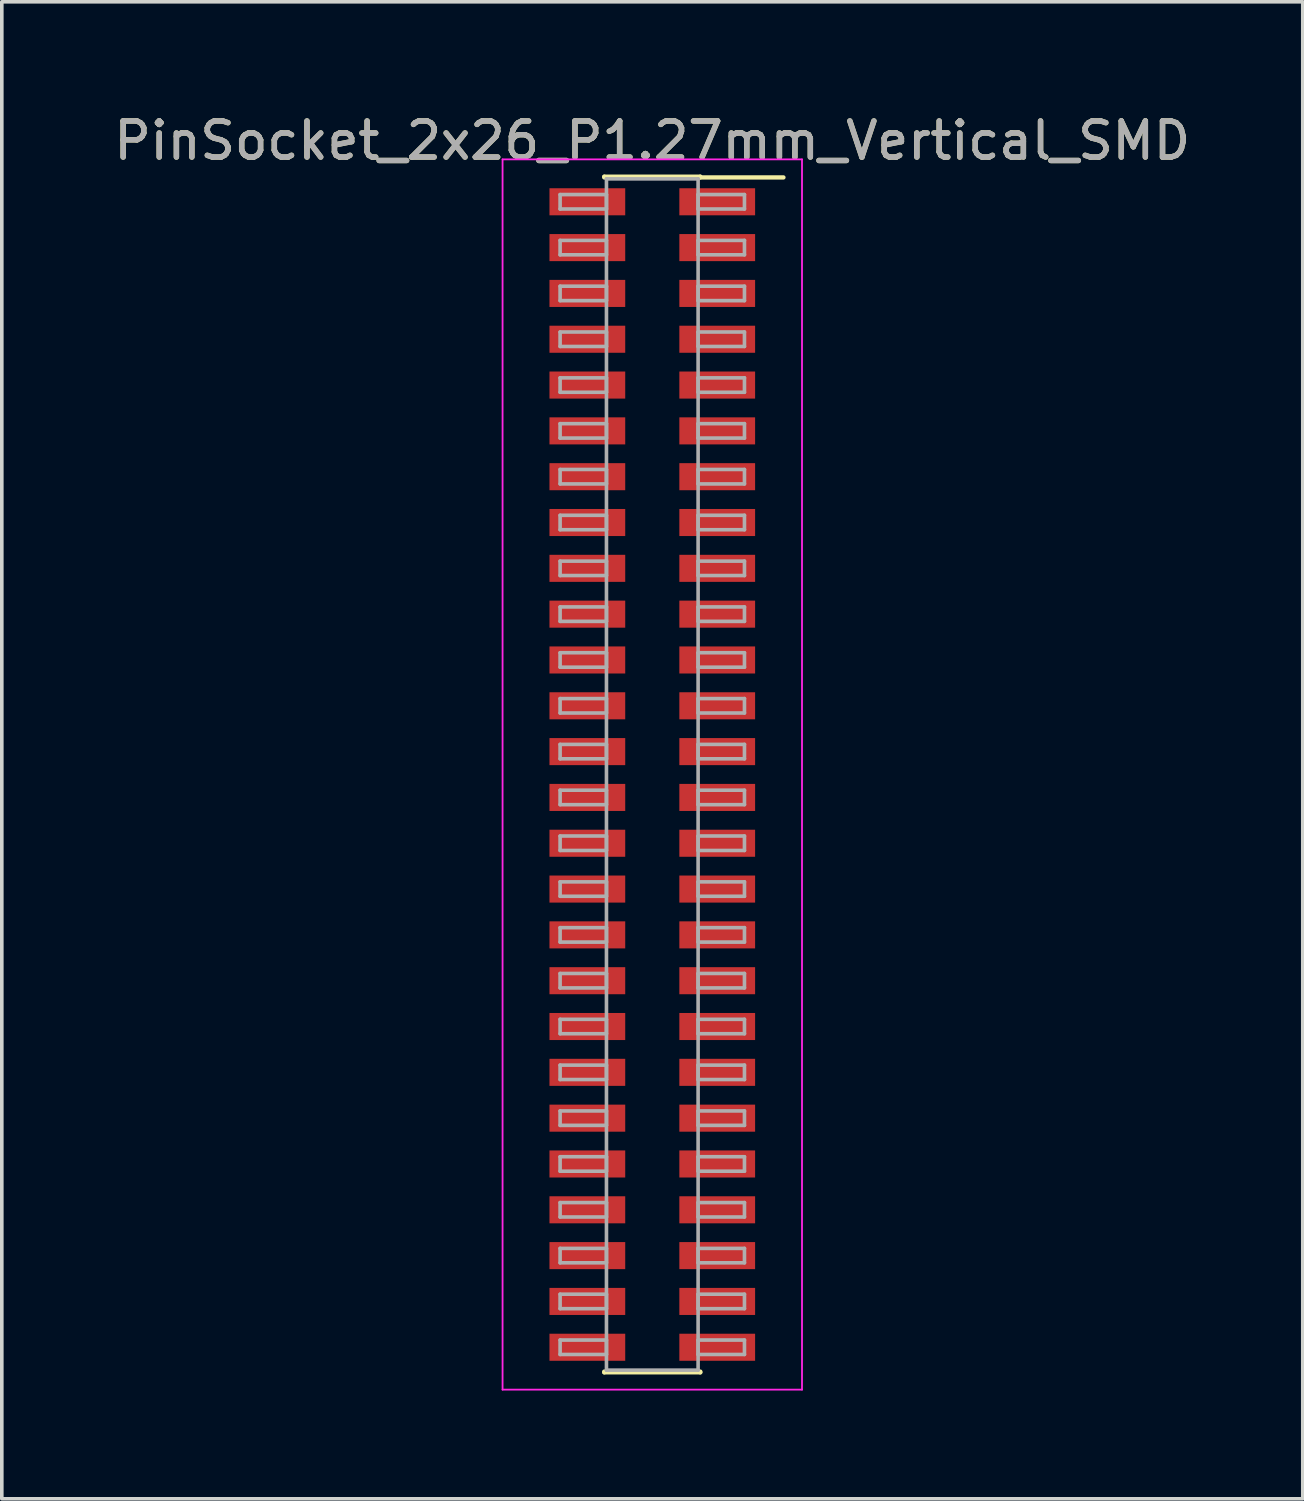
<source format=kicad_pcb>
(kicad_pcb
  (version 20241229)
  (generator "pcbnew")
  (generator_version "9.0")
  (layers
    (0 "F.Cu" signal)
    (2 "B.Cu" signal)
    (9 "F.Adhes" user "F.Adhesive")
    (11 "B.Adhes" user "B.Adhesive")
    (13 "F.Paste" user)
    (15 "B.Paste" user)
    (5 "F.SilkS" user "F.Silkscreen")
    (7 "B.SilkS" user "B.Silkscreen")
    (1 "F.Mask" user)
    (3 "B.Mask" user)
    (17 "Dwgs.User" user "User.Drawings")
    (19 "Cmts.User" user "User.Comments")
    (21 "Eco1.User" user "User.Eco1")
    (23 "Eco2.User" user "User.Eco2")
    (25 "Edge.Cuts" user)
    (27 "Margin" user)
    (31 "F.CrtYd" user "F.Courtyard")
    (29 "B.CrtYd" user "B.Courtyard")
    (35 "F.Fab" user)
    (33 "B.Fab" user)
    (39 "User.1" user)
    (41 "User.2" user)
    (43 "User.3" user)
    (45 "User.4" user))
  (footprint "PinSocket_2x26_P1.27mm_Vertical_SMD"
    (layer "F.Cu")
    (at 15.03 18.418)
    (property "Reference" "PinSocket_2x26_P1.27mm_Vertical_SMD" (at 0 -17.57 0) (layer "F.SilkS") (effects (font (size 1 1) (thickness 0.15))))
    (attr smd)
    (fp_line (start -1.33 -16.57) (end 1.33 -16.57) (stroke (width 0.12) (type solid)) (layer "F.SilkS"))
    (fp_line (start -1.33 -16.55) (end -1.33 -16.57) (stroke (width 0.12) (type solid)) (layer "F.SilkS"))
    (fp_line (start -1.33 16.55) (end -1.33 16.57) (stroke (width 0.12) (type solid)) (layer "F.SilkS"))
    (fp_line (start -1.33 16.57) (end 1.33 16.57) (stroke (width 0.12) (type solid)) (layer "F.SilkS"))
    (fp_line (start 1.33 -16.57) (end 1.33 -16.55) (stroke (width 0.12) (type solid)) (layer "F.SilkS"))
    (fp_line (start 1.33 16.57) (end 1.33 16.55) (stroke (width 0.12) (type solid)) (layer "F.SilkS"))
    (fp_line (start 3.635 -16.55) (end 1.33 -16.55) (stroke (width 0.12) (type solid)) (layer "F.SilkS"))
    (fp_line (start -4.15 -17.05) (end -4.15 17.05) (stroke (width 0.05) (type solid)) (layer "F.CrtYd"))
    (fp_line (start -4.15 17.05) (end 4.15 17.05) (stroke (width 0.05) (type solid)) (layer "F.CrtYd"))
    (fp_line (start 4.15 -17.05) (end -4.15 -17.05) (stroke (width 0.05) (type solid)) (layer "F.CrtYd"))
    (fp_line (start 4.15 17.05) (end 4.15 -17.05) (stroke (width 0.05) (type solid)) (layer "F.CrtYd"))
    (fp_line (start -2.555 -16.075) (end -1.27 -16.075) (stroke (width 0.1) (type solid)) (layer "F.Fab"))
    (fp_line (start -2.555 -15.675) (end -2.555 -16.075) (stroke (width 0.1) (type solid)) (layer "F.Fab"))
    (fp_line (start -2.555 -14.805) (end -1.27 -14.805) (stroke (width 0.1) (type solid)) (layer "F.Fab"))
    (fp_line (start -2.555 -14.405) (end -2.555 -14.805) (stroke (width 0.1) (type solid)) (layer "F.Fab"))
    (fp_line (start -2.555 -13.535) (end -1.27 -13.535) (stroke (width 0.1) (type solid)) (layer "F.Fab"))
    (fp_line (start -2.555 -13.135) (end -2.555 -13.535) (stroke (width 0.1) (type solid)) (layer "F.Fab"))
    (fp_line (start -2.555 -12.265) (end -1.27 -12.265) (stroke (width 0.1) (type solid)) (layer "F.Fab"))
    (fp_line (start -2.555 -11.865) (end -2.555 -12.265) (stroke (width 0.1) (type solid)) (layer "F.Fab"))
    (fp_line (start -2.555 -10.995) (end -1.27 -10.995) (stroke (width 0.1) (type solid)) (layer "F.Fab"))
    (fp_line (start -2.555 -10.595) (end -2.555 -10.995) (stroke (width 0.1) (type solid)) (layer "F.Fab"))
    (fp_line (start -2.555 -9.725) (end -1.27 -9.725) (stroke (width 0.1) (type solid)) (layer "F.Fab"))
    (fp_line (start -2.555 -9.325) (end -2.555 -9.725) (stroke (width 0.1) (type solid)) (layer "F.Fab"))
    (fp_line (start -2.555 -8.455) (end -1.27 -8.455) (stroke (width 0.1) (type solid)) (layer "F.Fab"))
    (fp_line (start -2.555 -8.055) (end -2.555 -8.455) (stroke (width 0.1) (type solid)) (layer "F.Fab"))
    (fp_line (start -2.555 -7.185) (end -1.27 -7.185) (stroke (width 0.1) (type solid)) (layer "F.Fab"))
    (fp_line (start -2.555 -6.785) (end -2.555 -7.185) (stroke (width 0.1) (type solid)) (layer "F.Fab"))
    (fp_line (start -2.555 -5.915) (end -1.27 -5.915) (stroke (width 0.1) (type solid)) (layer "F.Fab"))
    (fp_line (start -2.555 -5.515) (end -2.555 -5.915) (stroke (width 0.1) (type solid)) (layer "F.Fab"))
    (fp_line (start -2.555 -4.645) (end -1.27 -4.645) (stroke (width 0.1) (type solid)) (layer "F.Fab"))
    (fp_line (start -2.555 -4.245) (end -2.555 -4.645) (stroke (width 0.1) (type solid)) (layer "F.Fab"))
    (fp_line (start -2.555 -3.375) (end -1.27 -3.375) (stroke (width 0.1) (type solid)) (layer "F.Fab"))
    (fp_line (start -2.555 -2.975) (end -2.555 -3.375) (stroke (width 0.1) (type solid)) (layer "F.Fab"))
    (fp_line (start -2.555 -2.105) (end -1.27 -2.105) (stroke (width 0.1) (type solid)) (layer "F.Fab"))
    (fp_line (start -2.555 -1.705) (end -2.555 -2.105) (stroke (width 0.1) (type solid)) (layer "F.Fab"))
    (fp_line (start -2.555 -0.835) (end -1.27 -0.835) (stroke (width 0.1) (type solid)) (layer "F.Fab"))
    (fp_line (start -2.555 -0.435) (end -2.555 -0.835) (stroke (width 0.1) (type solid)) (layer "F.Fab"))
    (fp_line (start -2.555 0.435) (end -1.27 0.435) (stroke (width 0.1) (type solid)) (layer "F.Fab"))
    (fp_line (start -2.555 0.835) (end -2.555 0.435) (stroke (width 0.1) (type solid)) (layer "F.Fab"))
    (fp_line (start -2.555 1.705) (end -1.27 1.705) (stroke (width 0.1) (type solid)) (layer "F.Fab"))
    (fp_line (start -2.555 2.105) (end -2.555 1.705) (stroke (width 0.1) (type solid)) (layer "F.Fab"))
    (fp_line (start -2.555 2.975) (end -1.27 2.975) (stroke (width 0.1) (type solid)) (layer "F.Fab"))
    (fp_line (start -2.555 3.375) (end -2.555 2.975) (stroke (width 0.1) (type solid)) (layer "F.Fab"))
    (fp_line (start -2.555 4.245) (end -1.27 4.245) (stroke (width 0.1) (type solid)) (layer "F.Fab"))
    (fp_line (start -2.555 4.645) (end -2.555 4.245) (stroke (width 0.1) (type solid)) (layer "F.Fab"))
    (fp_line (start -2.555 5.515) (end -1.27 5.515) (stroke (width 0.1) (type solid)) (layer "F.Fab"))
    (fp_line (start -2.555 5.915) (end -2.555 5.515) (stroke (width 0.1) (type solid)) (layer "F.Fab"))
    (fp_line (start -2.555 6.785) (end -1.27 6.785) (stroke (width 0.1) (type solid)) (layer "F.Fab"))
    (fp_line (start -2.555 7.185) (end -2.555 6.785) (stroke (width 0.1) (type solid)) (layer "F.Fab"))
    (fp_line (start -2.555 8.055) (end -1.27 8.055) (stroke (width 0.1) (type solid)) (layer "F.Fab"))
    (fp_line (start -2.555 8.455) (end -2.555 8.055) (stroke (width 0.1) (type solid)) (layer "F.Fab"))
    (fp_line (start -2.555 9.325) (end -1.27 9.325) (stroke (width 0.1) (type solid)) (layer "F.Fab"))
    (fp_line (start -2.555 9.725) (end -2.555 9.325) (stroke (width 0.1) (type solid)) (layer "F.Fab"))
    (fp_line (start -2.555 10.595) (end -1.27 10.595) (stroke (width 0.1) (type solid)) (layer "F.Fab"))
    (fp_line (start -2.555 10.995) (end -2.555 10.595) (stroke (width 0.1) (type solid)) (layer "F.Fab"))
    (fp_line (start -2.555 11.865) (end -1.27 11.865) (stroke (width 0.1) (type solid)) (layer "F.Fab"))
    (fp_line (start -2.555 12.265) (end -2.555 11.865) (stroke (width 0.1) (type solid)) (layer "F.Fab"))
    (fp_line (start -2.555 13.135) (end -1.27 13.135) (stroke (width 0.1) (type solid)) (layer "F.Fab"))
    (fp_line (start -2.555 13.535) (end -2.555 13.135) (stroke (width 0.1) (type solid)) (layer "F.Fab"))
    (fp_line (start -2.555 14.405) (end -1.27 14.405) (stroke (width 0.1) (type solid)) (layer "F.Fab"))
    (fp_line (start -2.555 14.805) (end -2.555 14.405) (stroke (width 0.1) (type solid)) (layer "F.Fab"))
    (fp_line (start -2.555 15.675) (end -1.27 15.675) (stroke (width 0.1) (type solid)) (layer "F.Fab"))
    (fp_line (start -2.555 16.075) (end -2.555 15.675) (stroke (width 0.1) (type solid)) (layer "F.Fab"))
    (fp_line (start -1.27 -16.51) (end -1.27 16.51) (stroke (width 0.1) (type solid)) (layer "F.Fab"))
    (fp_line (start -1.27 -16.075) (end -1.27 -15.675) (stroke (width 0.1) (type solid)) (layer "F.Fab"))
    (fp_line (start -1.27 -15.675) (end -2.555 -15.675) (stroke (width 0.1) (type solid)) (layer "F.Fab"))
    (fp_line (start -1.27 -14.805) (end -1.27 -14.405) (stroke (width 0.1) (type solid)) (layer "F.Fab"))
    (fp_line (start -1.27 -14.405) (end -2.555 -14.405) (stroke (width 0.1) (type solid)) (layer "F.Fab"))
    (fp_line (start -1.27 -13.535) (end -1.27 -13.135) (stroke (width 0.1) (type solid)) (layer "F.Fab"))
    (fp_line (start -1.27 -13.135) (end -2.555 -13.135) (stroke (width 0.1) (type solid)) (layer "F.Fab"))
    (fp_line (start -1.27 -12.265) (end -1.27 -11.865) (stroke (width 0.1) (type solid)) (layer "F.Fab"))
    (fp_line (start -1.27 -11.865) (end -2.555 -11.865) (stroke (width 0.1) (type solid)) (layer "F.Fab"))
    (fp_line (start -1.27 -10.995) (end -1.27 -10.595) (stroke (width 0.1) (type solid)) (layer "F.Fab"))
    (fp_line (start -1.27 -10.595) (end -2.555 -10.595) (stroke (width 0.1) (type solid)) (layer "F.Fab"))
    (fp_line (start -1.27 -9.725) (end -1.27 -9.325) (stroke (width 0.1) (type solid)) (layer "F.Fab"))
    (fp_line (start -1.27 -9.325) (end -2.555 -9.325) (stroke (width 0.1) (type solid)) (layer "F.Fab"))
    (fp_line (start -1.27 -8.455) (end -1.27 -8.055) (stroke (width 0.1) (type solid)) (layer "F.Fab"))
    (fp_line (start -1.27 -8.055) (end -2.555 -8.055) (stroke (width 0.1) (type solid)) (layer "F.Fab"))
    (fp_line (start -1.27 -7.185) (end -1.27 -6.785) (stroke (width 0.1) (type solid)) (layer "F.Fab"))
    (fp_line (start -1.27 -6.785) (end -2.555 -6.785) (stroke (width 0.1) (type solid)) (layer "F.Fab"))
    (fp_line (start -1.27 -5.915) (end -1.27 -5.515) (stroke (width 0.1) (type solid)) (layer "F.Fab"))
    (fp_line (start -1.27 -5.515) (end -2.555 -5.515) (stroke (width 0.1) (type solid)) (layer "F.Fab"))
    (fp_line (start -1.27 -4.645) (end -1.27 -4.245) (stroke (width 0.1) (type solid)) (layer "F.Fab"))
    (fp_line (start -1.27 -4.245) (end -2.555 -4.245) (stroke (width 0.1) (type solid)) (layer "F.Fab"))
    (fp_line (start -1.27 -3.375) (end -1.27 -2.975) (stroke (width 0.1) (type solid)) (layer "F.Fab"))
    (fp_line (start -1.27 -2.975) (end -2.555 -2.975) (stroke (width 0.1) (type solid)) (layer "F.Fab"))
    (fp_line (start -1.27 -2.105) (end -1.27 -1.705) (stroke (width 0.1) (type solid)) (layer "F.Fab"))
    (fp_line (start -1.27 -1.705) (end -2.555 -1.705) (stroke (width 0.1) (type solid)) (layer "F.Fab"))
    (fp_line (start -1.27 -0.835) (end -1.27 -0.435) (stroke (width 0.1) (type solid)) (layer "F.Fab"))
    (fp_line (start -1.27 -0.435) (end -2.555 -0.435) (stroke (width 0.1) (type solid)) (layer "F.Fab"))
    (fp_line (start -1.27 0.435) (end -1.27 0.835) (stroke (width 0.1) (type solid)) (layer "F.Fab"))
    (fp_line (start -1.27 0.835) (end -2.555 0.835) (stroke (width 0.1) (type solid)) (layer "F.Fab"))
    (fp_line (start -1.27 1.705) (end -1.27 2.105) (stroke (width 0.1) (type solid)) (layer "F.Fab"))
    (fp_line (start -1.27 2.105) (end -2.555 2.105) (stroke (width 0.1) (type solid)) (layer "F.Fab"))
    (fp_line (start -1.27 2.975) (end -1.27 3.375) (stroke (width 0.1) (type solid)) (layer "F.Fab"))
    (fp_line (start -1.27 3.375) (end -2.555 3.375) (stroke (width 0.1) (type solid)) (layer "F.Fab"))
    (fp_line (start -1.27 4.245) (end -1.27 4.645) (stroke (width 0.1) (type solid)) (layer "F.Fab"))
    (fp_line (start -1.27 4.645) (end -2.555 4.645) (stroke (width 0.1) (type solid)) (layer "F.Fab"))
    (fp_line (start -1.27 5.515) (end -1.27 5.915) (stroke (width 0.1) (type solid)) (layer "F.Fab"))
    (fp_line (start -1.27 5.915) (end -2.555 5.915) (stroke (width 0.1) (type solid)) (layer "F.Fab"))
    (fp_line (start -1.27 6.785) (end -1.27 7.185) (stroke (width 0.1) (type solid)) (layer "F.Fab"))
    (fp_line (start -1.27 7.185) (end -2.555 7.185) (stroke (width 0.1) (type solid)) (layer "F.Fab"))
    (fp_line (start -1.27 8.055) (end -1.27 8.455) (stroke (width 0.1) (type solid)) (layer "F.Fab"))
    (fp_line (start -1.27 8.455) (end -2.555 8.455) (stroke (width 0.1) (type solid)) (layer "F.Fab"))
    (fp_line (start -1.27 9.325) (end -1.27 9.725) (stroke (width 0.1) (type solid)) (layer "F.Fab"))
    (fp_line (start -1.27 9.725) (end -2.555 9.725) (stroke (width 0.1) (type solid)) (layer "F.Fab"))
    (fp_line (start -1.27 10.595) (end -1.27 10.995) (stroke (width 0.1) (type solid)) (layer "F.Fab"))
    (fp_line (start -1.27 10.995) (end -2.555 10.995) (stroke (width 0.1) (type solid)) (layer "F.Fab"))
    (fp_line (start -1.27 11.865) (end -1.27 12.265) (stroke (width 0.1) (type solid)) (layer "F.Fab"))
    (fp_line (start -1.27 12.265) (end -2.555 12.265) (stroke (width 0.1) (type solid)) (layer "F.Fab"))
    (fp_line (start -1.27 13.135) (end -1.27 13.535) (stroke (width 0.1) (type solid)) (layer "F.Fab"))
    (fp_line (start -1.27 13.535) (end -2.555 13.535) (stroke (width 0.1) (type solid)) (layer "F.Fab"))
    (fp_line (start -1.27 14.405) (end -1.27 14.805) (stroke (width 0.1) (type solid)) (layer "F.Fab"))
    (fp_line (start -1.27 14.805) (end -2.555 14.805) (stroke (width 0.1) (type solid)) (layer "F.Fab"))
    (fp_line (start -1.27 15.675) (end -1.27 16.075) (stroke (width 0.1) (type solid)) (layer "F.Fab"))
    (fp_line (start -1.27 16.075) (end -2.555 16.075) (stroke (width 0.1) (type solid)) (layer "F.Fab"))
    (fp_line (start -1.27 16.51) (end 1.27 16.51) (stroke (width 0.1) (type solid)) (layer "F.Fab"))
    (fp_line (start 1.27 -16.51) (end -1.27 -16.51) (stroke (width 0.1) (type solid)) (layer "F.Fab"))
    (fp_line (start 1.27 -16.075) (end 1.27 -15.675) (stroke (width 0.1) (type solid)) (layer "F.Fab"))
    (fp_line (start 1.27 -15.675) (end 2.555 -15.675) (stroke (width 0.1) (type solid)) (layer "F.Fab"))
    (fp_line (start 1.27 -14.805) (end 1.27 -14.405) (stroke (width 0.1) (type solid)) (layer "F.Fab"))
    (fp_line (start 1.27 -14.405) (end 2.555 -14.405) (stroke (width 0.1) (type solid)) (layer "F.Fab"))
    (fp_line (start 1.27 -13.535) (end 1.27 -13.135) (stroke (width 0.1) (type solid)) (layer "F.Fab"))
    (fp_line (start 1.27 -13.135) (end 2.555 -13.135) (stroke (width 0.1) (type solid)) (layer "F.Fab"))
    (fp_line (start 1.27 -12.265) (end 1.27 -11.865) (stroke (width 0.1) (type solid)) (layer "F.Fab"))
    (fp_line (start 1.27 -11.865) (end 2.555 -11.865) (stroke (width 0.1) (type solid)) (layer "F.Fab"))
    (fp_line (start 1.27 -10.995) (end 1.27 -10.595) (stroke (width 0.1) (type solid)) (layer "F.Fab"))
    (fp_line (start 1.27 -10.595) (end 2.555 -10.595) (stroke (width 0.1) (type solid)) (layer "F.Fab"))
    (fp_line (start 1.27 -9.725) (end 1.27 -9.325) (stroke (width 0.1) (type solid)) (layer "F.Fab"))
    (fp_line (start 1.27 -9.325) (end 2.555 -9.325) (stroke (width 0.1) (type solid)) (layer "F.Fab"))
    (fp_line (start 1.27 -8.455) (end 1.27 -8.055) (stroke (width 0.1) (type solid)) (layer "F.Fab"))
    (fp_line (start 1.27 -8.055) (end 2.555 -8.055) (stroke (width 0.1) (type solid)) (layer "F.Fab"))
    (fp_line (start 1.27 -7.185) (end 1.27 -6.785) (stroke (width 0.1) (type solid)) (layer "F.Fab"))
    (fp_line (start 1.27 -6.785) (end 2.555 -6.785) (stroke (width 0.1) (type solid)) (layer "F.Fab"))
    (fp_line (start 1.27 -5.915) (end 1.27 -5.515) (stroke (width 0.1) (type solid)) (layer "F.Fab"))
    (fp_line (start 1.27 -5.515) (end 2.555 -5.515) (stroke (width 0.1) (type solid)) (layer "F.Fab"))
    (fp_line (start 1.27 -4.645) (end 1.27 -4.245) (stroke (width 0.1) (type solid)) (layer "F.Fab"))
    (fp_line (start 1.27 -4.245) (end 2.555 -4.245) (stroke (width 0.1) (type solid)) (layer "F.Fab"))
    (fp_line (start 1.27 -3.375) (end 1.27 -2.975) (stroke (width 0.1) (type solid)) (layer "F.Fab"))
    (fp_line (start 1.27 -2.975) (end 2.555 -2.975) (stroke (width 0.1) (type solid)) (layer "F.Fab"))
    (fp_line (start 1.27 -2.105) (end 1.27 -1.705) (stroke (width 0.1) (type solid)) (layer "F.Fab"))
    (fp_line (start 1.27 -1.705) (end 2.555 -1.705) (stroke (width 0.1) (type solid)) (layer "F.Fab"))
    (fp_line (start 1.27 -0.835) (end 1.27 -0.435) (stroke (width 0.1) (type solid)) (layer "F.Fab"))
    (fp_line (start 1.27 -0.435) (end 2.555 -0.435) (stroke (width 0.1) (type solid)) (layer "F.Fab"))
    (fp_line (start 1.27 0.435) (end 1.27 0.835) (stroke (width 0.1) (type solid)) (layer "F.Fab"))
    (fp_line (start 1.27 0.835) (end 2.555 0.835) (stroke (width 0.1) (type solid)) (layer "F.Fab"))
    (fp_line (start 1.27 1.705) (end 1.27 2.105) (stroke (width 0.1) (type solid)) (layer "F.Fab"))
    (fp_line (start 1.27 2.105) (end 2.555 2.105) (stroke (width 0.1) (type solid)) (layer "F.Fab"))
    (fp_line (start 1.27 2.975) (end 1.27 3.375) (stroke (width 0.1) (type solid)) (layer "F.Fab"))
    (fp_line (start 1.27 3.375) (end 2.555 3.375) (stroke (width 0.1) (type solid)) (layer "F.Fab"))
    (fp_line (start 1.27 4.245) (end 1.27 4.645) (stroke (width 0.1) (type solid)) (layer "F.Fab"))
    (fp_line (start 1.27 4.645) (end 2.555 4.645) (stroke (width 0.1) (type solid)) (layer "F.Fab"))
    (fp_line (start 1.27 5.515) (end 1.27 5.915) (stroke (width 0.1) (type solid)) (layer "F.Fab"))
    (fp_line (start 1.27 5.915) (end 2.555 5.915) (stroke (width 0.1) (type solid)) (layer "F.Fab"))
    (fp_line (start 1.27 6.785) (end 1.27 7.185) (stroke (width 0.1) (type solid)) (layer "F.Fab"))
    (fp_line (start 1.27 7.185) (end 2.555 7.185) (stroke (width 0.1) (type solid)) (layer "F.Fab"))
    (fp_line (start 1.27 8.055) (end 1.27 8.455) (stroke (width 0.1) (type solid)) (layer "F.Fab"))
    (fp_line (start 1.27 8.455) (end 2.555 8.455) (stroke (width 0.1) (type solid)) (layer "F.Fab"))
    (fp_line (start 1.27 9.325) (end 1.27 9.725) (stroke (width 0.1) (type solid)) (layer "F.Fab"))
    (fp_line (start 1.27 9.725) (end 2.555 9.725) (stroke (width 0.1) (type solid)) (layer "F.Fab"))
    (fp_line (start 1.27 10.595) (end 1.27 10.995) (stroke (width 0.1) (type solid)) (layer "F.Fab"))
    (fp_line (start 1.27 10.995) (end 2.555 10.995) (stroke (width 0.1) (type solid)) (layer "F.Fab"))
    (fp_line (start 1.27 11.865) (end 1.27 12.265) (stroke (width 0.1) (type solid)) (layer "F.Fab"))
    (fp_line (start 1.27 12.265) (end 2.555 12.265) (stroke (width 0.1) (type solid)) (layer "F.Fab"))
    (fp_line (start 1.27 13.135) (end 1.27 13.535) (stroke (width 0.1) (type solid)) (layer "F.Fab"))
    (fp_line (start 1.27 13.535) (end 2.555 13.535) (stroke (width 0.1) (type solid)) (layer "F.Fab"))
    (fp_line (start 1.27 14.405) (end 1.27 14.805) (stroke (width 0.1) (type solid)) (layer "F.Fab"))
    (fp_line (start 1.27 14.805) (end 2.555 14.805) (stroke (width 0.1) (type solid)) (layer "F.Fab"))
    (fp_line (start 1.27 15.675) (end 1.27 16.075) (stroke (width 0.1) (type solid)) (layer "F.Fab"))
    (fp_line (start 1.27 16.075) (end 2.555 16.075) (stroke (width 0.1) (type solid)) (layer "F.Fab"))
    (fp_line (start 1.27 16.51) (end 1.27 -16.51) (stroke (width 0.1) (type solid)) (layer "F.Fab"))
    (fp_line (start 2.555 -16.075) (end 1.27 -16.075) (stroke (width 0.1) (type solid)) (layer "F.Fab"))
    (fp_line (start 2.555 -15.675) (end 2.555 -16.075) (stroke (width 0.1) (type solid)) (layer "F.Fab"))
    (fp_line (start 2.555 -14.805) (end 1.27 -14.805) (stroke (width 0.1) (type solid)) (layer "F.Fab"))
    (fp_line (start 2.555 -14.405) (end 2.555 -14.805) (stroke (width 0.1) (type solid)) (layer "F.Fab"))
    (fp_line (start 2.555 -13.535) (end 1.27 -13.535) (stroke (width 0.1) (type solid)) (layer "F.Fab"))
    (fp_line (start 2.555 -13.135) (end 2.555 -13.535) (stroke (width 0.1) (type solid)) (layer "F.Fab"))
    (fp_line (start 2.555 -12.265) (end 1.27 -12.265) (stroke (width 0.1) (type solid)) (layer "F.Fab"))
    (fp_line (start 2.555 -11.865) (end 2.555 -12.265) (stroke (width 0.1) (type solid)) (layer "F.Fab"))
    (fp_line (start 2.555 -10.995) (end 1.27 -10.995) (stroke (width 0.1) (type solid)) (layer "F.Fab"))
    (fp_line (start 2.555 -10.595) (end 2.555 -10.995) (stroke (width 0.1) (type solid)) (layer "F.Fab"))
    (fp_line (start 2.555 -9.725) (end 1.27 -9.725) (stroke (width 0.1) (type solid)) (layer "F.Fab"))
    (fp_line (start 2.555 -9.325) (end 2.555 -9.725) (stroke (width 0.1) (type solid)) (layer "F.Fab"))
    (fp_line (start 2.555 -8.455) (end 1.27 -8.455) (stroke (width 0.1) (type solid)) (layer "F.Fab"))
    (fp_line (start 2.555 -8.055) (end 2.555 -8.455) (stroke (width 0.1) (type solid)) (layer "F.Fab"))
    (fp_line (start 2.555 -7.185) (end 1.27 -7.185) (stroke (width 0.1) (type solid)) (layer "F.Fab"))
    (fp_line (start 2.555 -6.785) (end 2.555 -7.185) (stroke (width 0.1) (type solid)) (layer "F.Fab"))
    (fp_line (start 2.555 -5.915) (end 1.27 -5.915) (stroke (width 0.1) (type solid)) (layer "F.Fab"))
    (fp_line (start 2.555 -5.515) (end 2.555 -5.915) (stroke (width 0.1) (type solid)) (layer "F.Fab"))
    (fp_line (start 2.555 -4.645) (end 1.27 -4.645) (stroke (width 0.1) (type solid)) (layer "F.Fab"))
    (fp_line (start 2.555 -4.245) (end 2.555 -4.645) (stroke (width 0.1) (type solid)) (layer "F.Fab"))
    (fp_line (start 2.555 -3.375) (end 1.27 -3.375) (stroke (width 0.1) (type solid)) (layer "F.Fab"))
    (fp_line (start 2.555 -2.975) (end 2.555 -3.375) (stroke (width 0.1) (type solid)) (layer "F.Fab"))
    (fp_line (start 2.555 -2.105) (end 1.27 -2.105) (stroke (width 0.1) (type solid)) (layer "F.Fab"))
    (fp_line (start 2.555 -1.705) (end 2.555 -2.105) (stroke (width 0.1) (type solid)) (layer "F.Fab"))
    (fp_line (start 2.555 -0.835) (end 1.27 -0.835) (stroke (width 0.1) (type solid)) (layer "F.Fab"))
    (fp_line (start 2.555 -0.435) (end 2.555 -0.835) (stroke (width 0.1) (type solid)) (layer "F.Fab"))
    (fp_line (start 2.555 0.435) (end 1.27 0.435) (stroke (width 0.1) (type solid)) (layer "F.Fab"))
    (fp_line (start 2.555 0.835) (end 2.555 0.435) (stroke (width 0.1) (type solid)) (layer "F.Fab"))
    (fp_line (start 2.555 1.705) (end 1.27 1.705) (stroke (width 0.1) (type solid)) (layer "F.Fab"))
    (fp_line (start 2.555 2.105) (end 2.555 1.705) (stroke (width 0.1) (type solid)) (layer "F.Fab"))
    (fp_line (start 2.555 2.975) (end 1.27 2.975) (stroke (width 0.1) (type solid)) (layer "F.Fab"))
    (fp_line (start 2.555 3.375) (end 2.555 2.975) (stroke (width 0.1) (type solid)) (layer "F.Fab"))
    (fp_line (start 2.555 4.245) (end 1.27 4.245) (stroke (width 0.1) (type solid)) (layer "F.Fab"))
    (fp_line (start 2.555 4.645) (end 2.555 4.245) (stroke (width 0.1) (type solid)) (layer "F.Fab"))
    (fp_line (start 2.555 5.515) (end 1.27 5.515) (stroke (width 0.1) (type solid)) (layer "F.Fab"))
    (fp_line (start 2.555 5.915) (end 2.555 5.515) (stroke (width 0.1) (type solid)) (layer "F.Fab"))
    (fp_line (start 2.555 6.785) (end 1.27 6.785) (stroke (width 0.1) (type solid)) (layer "F.Fab"))
    (fp_line (start 2.555 7.185) (end 2.555 6.785) (stroke (width 0.1) (type solid)) (layer "F.Fab"))
    (fp_line (start 2.555 8.055) (end 1.27 8.055) (stroke (width 0.1) (type solid)) (layer "F.Fab"))
    (fp_line (start 2.555 8.455) (end 2.555 8.055) (stroke (width 0.1) (type solid)) (layer "F.Fab"))
    (fp_line (start 2.555 9.325) (end 1.27 9.325) (stroke (width 0.1) (type solid)) (layer "F.Fab"))
    (fp_line (start 2.555 9.725) (end 2.555 9.325) (stroke (width 0.1) (type solid)) (layer "F.Fab"))
    (fp_line (start 2.555 10.595) (end 1.27 10.595) (stroke (width 0.1) (type solid)) (layer "F.Fab"))
    (fp_line (start 2.555 10.995) (end 2.555 10.595) (stroke (width 0.1) (type solid)) (layer "F.Fab"))
    (fp_line (start 2.555 11.865) (end 1.27 11.865) (stroke (width 0.1) (type solid)) (layer "F.Fab"))
    (fp_line (start 2.555 12.265) (end 2.555 11.865) (stroke (width 0.1) (type solid)) (layer "F.Fab"))
    (fp_line (start 2.555 13.135) (end 1.27 13.135) (stroke (width 0.1) (type solid)) (layer "F.Fab"))
    (fp_line (start 2.555 13.535) (end 2.555 13.135) (stroke (width 0.1) (type solid)) (layer "F.Fab"))
    (fp_line (start 2.555 14.405) (end 1.27 14.405) (stroke (width 0.1) (type solid)) (layer "F.Fab"))
    (fp_line (start 2.555 14.805) (end 2.555 14.405) (stroke (width 0.1) (type solid)) (layer "F.Fab"))
    (fp_line (start 2.555 15.675) (end 1.27 15.675) (stroke (width 0.1) (type solid)) (layer "F.Fab"))
    (fp_line (start 2.555 16.075) (end 2.555 15.675) (stroke (width 0.1) (type solid)) (layer "F.Fab"))
    (fp_text user "${REFERENCE}" (at 0 -17.57 0) (layer "F.Fab") (effects (font (size 1 1) (thickness 0.15))))
    (pad "1" smd rect (at 1.8 -15.875) (size 2.1 0.75) (layers "F.Cu" "F.Mask" "F.Paste"))
    (pad "2" smd rect (at -1.8 -15.875) (size 2.1 0.75) (layers "F.Cu" "F.Mask" "F.Paste"))
    (pad "3" smd rect (at 1.8 -14.605) (size 2.1 0.75) (layers "F.Cu" "F.Mask" "F.Paste"))
    (pad "4" smd rect (at -1.8 -14.605) (size 2.1 0.75) (layers "F.Cu" "F.Mask" "F.Paste"))
    (pad "5" smd rect (at 1.8 -13.335) (size 2.1 0.75) (layers "F.Cu" "F.Mask" "F.Paste"))
    (pad "6" smd rect (at -1.8 -13.335) (size 2.1 0.75) (layers "F.Cu" "F.Mask" "F.Paste"))
    (pad "7" smd rect (at 1.8 -12.065) (size 2.1 0.75) (layers "F.Cu" "F.Mask" "F.Paste"))
    (pad "8" smd rect (at -1.8 -12.065) (size 2.1 0.75) (layers "F.Cu" "F.Mask" "F.Paste"))
    (pad "9" smd rect (at 1.8 -10.795) (size 2.1 0.75) (layers "F.Cu" "F.Mask" "F.Paste"))
    (pad "10" smd rect (at -1.8 -10.795) (size 2.1 0.75) (layers "F.Cu" "F.Mask" "F.Paste"))
    (pad "11" smd rect (at 1.8 -9.525) (size 2.1 0.75) (layers "F.Cu" "F.Mask" "F.Paste"))
    (pad "12" smd rect (at -1.8 -9.525) (size 2.1 0.75) (layers "F.Cu" "F.Mask" "F.Paste"))
    (pad "13" smd rect (at 1.8 -8.255) (size 2.1 0.75) (layers "F.Cu" "F.Mask" "F.Paste"))
    (pad "14" smd rect (at -1.8 -8.255) (size 2.1 0.75) (layers "F.Cu" "F.Mask" "F.Paste"))
    (pad "15" smd rect (at 1.8 -6.985) (size 2.1 0.75) (layers "F.Cu" "F.Mask" "F.Paste"))
    (pad "16" smd rect (at -1.8 -6.985) (size 2.1 0.75) (layers "F.Cu" "F.Mask" "F.Paste"))
    (pad "17" smd rect (at 1.8 -5.715) (size 2.1 0.75) (layers "F.Cu" "F.Mask" "F.Paste"))
    (pad "18" smd rect (at -1.8 -5.715) (size 2.1 0.75) (layers "F.Cu" "F.Mask" "F.Paste"))
    (pad "19" smd rect (at 1.8 -4.445) (size 2.1 0.75) (layers "F.Cu" "F.Mask" "F.Paste"))
    (pad "20" smd rect (at -1.8 -4.445) (size 2.1 0.75) (layers "F.Cu" "F.Mask" "F.Paste"))
    (pad "21" smd rect (at 1.8 -3.175) (size 2.1 0.75) (layers "F.Cu" "F.Mask" "F.Paste"))
    (pad "22" smd rect (at -1.8 -3.175) (size 2.1 0.75) (layers "F.Cu" "F.Mask" "F.Paste"))
    (pad "23" smd rect (at 1.8 -1.905) (size 2.1 0.75) (layers "F.Cu" "F.Mask" "F.Paste"))
    (pad "24" smd rect (at -1.8 -1.905) (size 2.1 0.75) (layers "F.Cu" "F.Mask" "F.Paste"))
    (pad "25" smd rect (at 1.8 -0.635) (size 2.1 0.75) (layers "F.Cu" "F.Mask" "F.Paste"))
    (pad "26" smd rect (at -1.8 -0.635) (size 2.1 0.75) (layers "F.Cu" "F.Mask" "F.Paste"))
    (pad "27" smd rect (at 1.8 0.635) (size 2.1 0.75) (layers "F.Cu" "F.Mask" "F.Paste"))
    (pad "28" smd rect (at -1.8 0.635) (size 2.1 0.75) (layers "F.Cu" "F.Mask" "F.Paste"))
    (pad "29" smd rect (at 1.8 1.905) (size 2.1 0.75) (layers "F.Cu" "F.Mask" "F.Paste"))
    (pad "30" smd rect (at -1.8 1.905) (size 2.1 0.75) (layers "F.Cu" "F.Mask" "F.Paste"))
    (pad "31" smd rect (at 1.8 3.175) (size 2.1 0.75) (layers "F.Cu" "F.Mask" "F.Paste"))
    (pad "32" smd rect (at -1.8 3.175) (size 2.1 0.75) (layers "F.Cu" "F.Mask" "F.Paste"))
    (pad "33" smd rect (at 1.8 4.445) (size 2.1 0.75) (layers "F.Cu" "F.Mask" "F.Paste"))
    (pad "34" smd rect (at -1.8 4.445) (size 2.1 0.75) (layers "F.Cu" "F.Mask" "F.Paste"))
    (pad "35" smd rect (at 1.8 5.715) (size 2.1 0.75) (layers "F.Cu" "F.Mask" "F.Paste"))
    (pad "36" smd rect (at -1.8 5.715) (size 2.1 0.75) (layers "F.Cu" "F.Mask" "F.Paste"))
    (pad "37" smd rect (at 1.8 6.985) (size 2.1 0.75) (layers "F.Cu" "F.Mask" "F.Paste"))
    (pad "38" smd rect (at -1.8 6.985) (size 2.1 0.75) (layers "F.Cu" "F.Mask" "F.Paste"))
    (pad "39" smd rect (at 1.8 8.255) (size 2.1 0.75) (layers "F.Cu" "F.Mask" "F.Paste"))
    (pad "40" smd rect (at -1.8 8.255) (size 2.1 0.75) (layers "F.Cu" "F.Mask" "F.Paste"))
    (pad "41" smd rect (at 1.8 9.525) (size 2.1 0.75) (layers "F.Cu" "F.Mask" "F.Paste"))
    (pad "42" smd rect (at -1.8 9.525) (size 2.1 0.75) (layers "F.Cu" "F.Mask" "F.Paste"))
    (pad "43" smd rect (at 1.8 10.795) (size 2.1 0.75) (layers "F.Cu" "F.Mask" "F.Paste"))
    (pad "44" smd rect (at -1.8 10.795) (size 2.1 0.75) (layers "F.Cu" "F.Mask" "F.Paste"))
    (pad "45" smd rect (at 1.8 12.065) (size 2.1 0.75) (layers "F.Cu" "F.Mask" "F.Paste"))
    (pad "46" smd rect (at -1.8 12.065) (size 2.1 0.75) (layers "F.Cu" "F.Mask" "F.Paste"))
    (pad "47" smd rect (at 1.8 13.335) (size 2.1 0.75) (layers "F.Cu" "F.Mask" "F.Paste"))
    (pad "48" smd rect (at -1.8 13.335) (size 2.1 0.75) (layers "F.Cu" "F.Mask" "F.Paste"))
    (pad "49" smd rect (at 1.8 14.605) (size 2.1 0.75) (layers "F.Cu" "F.Mask" "F.Paste"))
    (pad "50" smd rect (at -1.8 14.605) (size 2.1 0.75) (layers "F.Cu" "F.Mask" "F.Paste"))
    (pad "51" smd rect (at 1.8 15.875) (size 2.1 0.75) (layers "F.Cu" "F.Mask" "F.Paste"))
    (pad "52" smd rect (at -1.8 15.875) (size 2.1 0.75) (layers "F.Cu" "F.Mask" "F.Paste")))
  (gr_rect
    (start -3 -3)
    (end 33.06 38.493)
    (stroke (width 0.1) (type default))
    (fill no)
    (layer "Edge.Cuts")))
</source>
